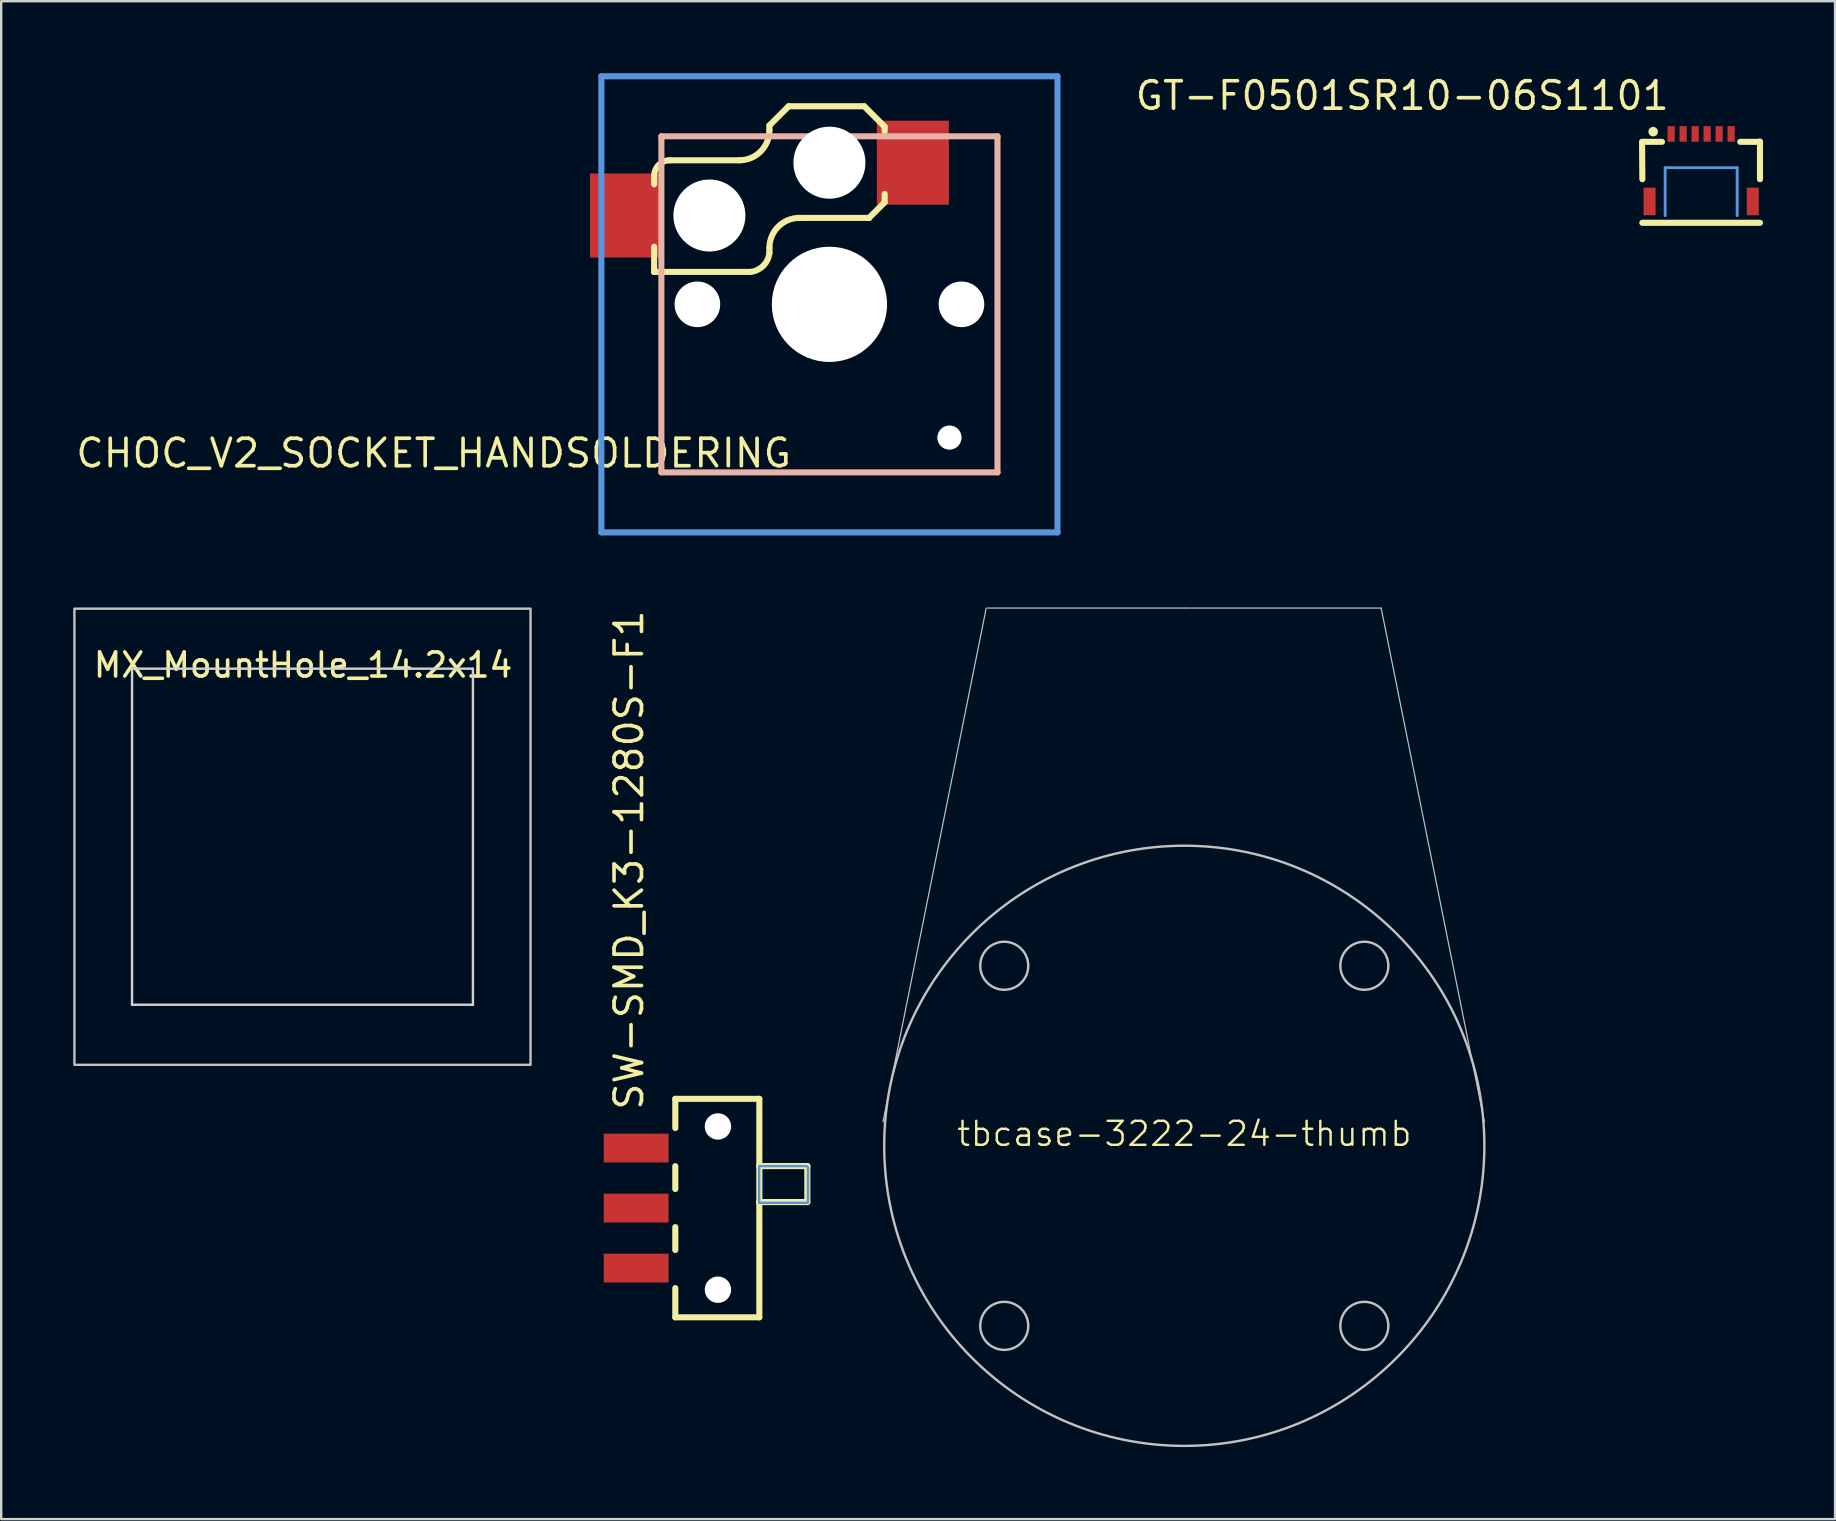
<source format=kicad_pcb>
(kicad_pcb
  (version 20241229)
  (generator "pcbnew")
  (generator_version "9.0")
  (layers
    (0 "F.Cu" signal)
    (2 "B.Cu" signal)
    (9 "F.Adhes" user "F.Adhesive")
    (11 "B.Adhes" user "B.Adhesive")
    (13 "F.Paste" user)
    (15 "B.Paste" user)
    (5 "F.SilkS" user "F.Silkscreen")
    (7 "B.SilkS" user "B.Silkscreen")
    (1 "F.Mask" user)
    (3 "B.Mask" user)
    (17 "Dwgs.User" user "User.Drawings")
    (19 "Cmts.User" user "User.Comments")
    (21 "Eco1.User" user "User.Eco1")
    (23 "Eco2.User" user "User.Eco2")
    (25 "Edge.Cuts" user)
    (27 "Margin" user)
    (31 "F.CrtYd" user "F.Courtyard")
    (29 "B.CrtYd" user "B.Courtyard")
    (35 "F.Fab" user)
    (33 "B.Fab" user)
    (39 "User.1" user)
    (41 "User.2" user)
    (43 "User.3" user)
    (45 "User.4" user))
  (footprint "SW-SMD_K3-1280S-F1"
    (layer "F.Cu")
    (at 23.45 47.273)
    (property "Reference" "SW-SMD_K3-1280S-F1" (at -0.3 -4 90) (layer "F.SilkS") (effects (font (size 1.143 1.143) (thickness 0.152)) (justify left)))
    (attr smd)
    (fp_line (start 1.63 -4.55) (end 1.63 -3.334) (stroke (width 0.254) (type solid)) (layer "F.SilkS"))
    (fp_line (start 1.63 -4.55) (end 5.13 -4.55) (stroke (width 0.254) (type solid)) (layer "F.SilkS"))
    (fp_line (start 1.63 -1.746) (end 1.63 -0.794) (stroke (width 0.254) (type solid)) (layer "F.SilkS"))
    (fp_line (start 1.63 0.794) (end 1.63 1.746) (stroke (width 0.254) (type solid)) (layer "F.SilkS"))
    (fp_line (start 1.63 3.334) (end 1.63 4.55) (stroke (width 0.254) (type solid)) (layer "F.SilkS"))
    (fp_line (start 5.13 -4.55) (end 5.13 4.55) (stroke (width 0.254) (type solid)) (layer "F.SilkS"))
    (fp_line (start 5.13 -1.75) (end 5.13 -1.739) (stroke (width 0.254) (type solid)) (layer "F.SilkS"))
    (fp_line (start 5.13 -0.25) (end 5.13 -0.229) (stroke (width 0.254) (type solid)) (layer "F.SilkS"))
    (fp_line (start 5.13 4.55) (end 1.63 4.55) (stroke (width 0.254) (type solid)) (layer "F.SilkS"))
    (fp_line (start 7.13 -1.75) (end 5.13 -1.75) (stroke (width 0.254) (type solid)) (layer "F.SilkS"))
    (fp_line (start 7.13 -1.75) (end 7.13 -0.25) (stroke (width 0.254) (type solid)) (layer "F.SilkS"))
    (fp_line (start 7.13 -0.25) (end 5.13 -0.25) (stroke (width 0.254) (type solid)) (layer "F.SilkS"))
    (fp_circle (center 3.406 -3.4) (end 3.656 -3.4) (stroke (width 0.5) (type solid)) (fill no) (layer "Cmts.User"))
    (fp_circle (center 3.406 3.4) (end 3.656 3.4) (stroke (width 0.5) (type solid)) (fill no) (layer "Cmts.User"))
    (fp_poly (pts (xy 7.155 -1.7) (xy 7.155 -0.22) (xy 5.125 -0.22) (xy 5.125 -1.75) (xy 7.1 -1.75)) (stroke (width 0.1) (type solid)) (fill no) (layer "Cmts.User"))
    (pad "" np_thru_hole circle (at 3.406 -3.4 180) (size 1.1 1.1) (drill 1.1) (layers "*.Cu" "*.Mask"))
    (pad "" np_thru_hole circle (at 3.406 3.4 180) (size 1.1 1.1) (drill 1.1) (layers "*.Cu" "*.Mask"))
    (pad "1" smd rect (at 0 -2.5 180) (size 2.7 1.2) (layers "F.Cu" "F.Mask" "F.Paste"))
    (pad "2" smd rect (at 0 0 180) (size 2.7 1.2) (layers "F.Cu" "F.Mask" "F.Paste"))
    (pad "3" smd rect (at 0 2.5 180) (size 2.7 1.2) (layers "F.Cu" "F.Mask" "F.Paste")))
  (footprint "CHOC_V2_SOCKET_HANDSOLDERING"
    (layer "F.Cu")
    (at 31.5 9.627)
    (property "Reference" "CHOC_V2_SOCKET_HANDSOLDERING" (at -1.5 6.2 0) (layer "F.SilkS") (effects (font (size 1.143 1.143) (thickness 0.152)) (justify right)))
    (attr smd)
    (fp_line (start -7.301 -2.4) (end -7.301 -1.351) (stroke (width 0.254) (type solid)) (layer "F.SilkS"))
    (fp_line (start -7.301 -1.351) (end -7.301 -1.351) (stroke (width 0.254) (type solid)) (layer "F.SilkS"))
    (fp_line (start -7.301 -1.351) (end -3.3 -1.351) (stroke (width 0.254) (type solid)) (layer "F.SilkS"))
    (fp_line (start -7.3 -5.35) (end -7.3 -5) (stroke (width 0.254) (type solid)) (layer "F.SilkS"))
    (fp_line (start -3.75 -6) (end -6.65 -6) (stroke (width 0.254) (type solid)) (layer "F.SilkS"))
    (fp_line (start -2.5 -7.45) (end -2.5 -7.25) (stroke (width 0.254) (type solid)) (layer "F.SilkS"))
    (fp_line (start -2.5 -2.15) (end -2.5 -2.35) (stroke (width 0.254) (type solid)) (layer "F.SilkS"))
    (fp_line (start -1.7 -8.25) (end -2.5 -7.45) (stroke (width 0.254) (type solid)) (layer "F.SilkS"))
    (fp_line (start -1.25 -3.6) (end 1.65 -3.6) (stroke (width 0.254) (type solid)) (layer "F.SilkS"))
    (fp_line (start 1.45 -8.25) (end -1.7 -8.25) (stroke (width 0.254) (type solid)) (layer "F.SilkS"))
    (fp_line (start 1.65 -3.6) (end 1.65 -3.6) (stroke (width 0.254) (type solid)) (layer "F.SilkS"))
    (fp_line (start 2.3 -7.4) (end 1.45 -8.25) (stroke (width 0.254) (type solid)) (layer "F.SilkS"))
    (fp_line (start 2.3 -7.2) (end 2.3 -7.4) (stroke (width 0.254) (type solid)) (layer "F.SilkS"))
    (fp_line (start 2.3 -4.25) (end 1.65 -3.6) (stroke (width 0.254) (type solid)) (layer "F.SilkS"))
    (fp_line (start 2.3 -4.25) (end 2.3 -4.6) (stroke (width 0.254) (type solid)) (layer "F.SilkS"))
    (fp_arc (start -7.3 -5.35) (mid -7.10962 -5.80962) (end -6.65 -6) (stroke (width 0.254) (type solid)) (layer "F.SilkS"))
    (fp_arc (start -2.5 -7.25) (mid -2.866117 -6.366117) (end -3.75 -6) (stroke (width 0.254) (type solid)) (layer "F.SilkS"))
    (fp_arc (start -2.5 -2.35) (mid -2.133892 -3.233877) (end -1.250022 -3.6) (stroke (width 0.254) (type solid)) (layer "F.SilkS"))
    (fp_arc (start -2.499 -2.150999) (mid -2.755936 -1.606822) (end -3.299753 -1.349123) (stroke (width 0.254) (type solid)) (layer "F.SilkS"))
    (fp_line (start -7 -7) (end 7 -7) (stroke (width 0.254) (type solid)) (layer "B.SilkS"))
    (fp_line (start -7 7) (end -7 -7) (stroke (width 0.254) (type solid)) (layer "B.SilkS"))
    (fp_line (start 7 -7) (end 7 7) (stroke (width 0.254) (type solid)) (layer "B.SilkS"))
    (fp_line (start 7 7) (end -7 7) (stroke (width 0.254) (type solid)) (layer "B.SilkS"))
    (fp_line (start -9.5 -9.5) (end 9.5 -9.5) (stroke (width 0.254) (type solid)) (layer "Cmts.User"))
    (fp_line (start -9.5 9.5) (end -9.5 -9.5) (stroke (width 0.254) (type solid)) (layer "Cmts.User"))
    (fp_line (start 9.5 -9.5) (end 9.5 9.5) (stroke (width 0.254) (type solid)) (layer "Cmts.User"))
    (fp_line (start 9.5 9.5) (end -9.5 9.5) (stroke (width 0.254) (type solid)) (layer "Cmts.User"))
    (fp_circle (center -5 -3.7) (end -4.275 -3.7) (stroke (width 1.45) (type solid)) (fill no) (layer "Cmts.User"))
    (fp_circle (center 0 -5.9) (end 0.725 -5.9) (stroke (width 1.45) (type solid)) (fill no) (layer "Cmts.User"))
    (fp_circle (center 5 5.55) (end 5.25 5.55) (stroke (width 0.5) (type solid)) (fill no) (layer "Cmts.User"))
    (pad "" np_thru_hole circle (at -5.5 0 180) (size 1.9 1.9) (drill 1.9) (layers "*.Cu" "*.Mask"))
    (pad "" np_thru_hole circle (at -5 -3.7 180) (size 3 3) (drill 3) (layers "*.Cu" "*.Mask"))
    (pad "" np_thru_hole circle (at 0 -5.9 180) (size 3 3) (drill 3) (layers "*.Cu" "*.Mask"))
    (pad "" np_thru_hole circle (at 0 0 180) (size 4.8 4.8) (drill 4.8) (layers "*.Cu" "*.Mask"))
    (pad "" np_thru_hole circle (at 5 5.55 180) (size 1 1) (drill 1) (layers "*.Cu" "*.Mask"))
    (pad "" np_thru_hole circle (at 5.5 0 180) (size 1.9 1.9) (drill 1.9) (layers "*.Cu" "*.Mask"))
    (pad "1" smd rect (at -8.475 -3.7 180) (size 3 3.5) (layers "F.Cu" "F.Mask" "F.Paste"))
    (pad "2" smd rect (at 3.475 -5.9 180) (size 3 3.5) (layers "F.Cu" "F.Mask" "F.Paste")))
  (footprint "tbcase-3222-24-thumb"
    (layer "F.Cu")
    (at 46.282 44.679)
    (property "Reference" "tbcase-3222-24-thumb" (at 0 -0.5 0) (unlocked yes) (layer "F.SilkS") (effects (font (size 1 1) (thickness 0.1))))
    (attr smd)
    (fp_line (start -8.25 -22.4) (end -12.55 -1) (stroke (width 0.05) (type default)) (layer "Dwgs.User"))
    (fp_line (start 0 -22.4) (end -8.2 -22.4) (stroke (width 0.05) (type default)) (layer "Dwgs.User"))
    (fp_line (start 0 -22.4) (end 8.2 -22.4) (stroke (width 0.05) (type default)) (layer "Dwgs.User"))
    (fp_line (start 8.2 -22.4) (end 12.5 -1) (stroke (width 0.05) (type default)) (layer "Dwgs.User"))
    (fp_circle (center -7.5 -7.5) (end -7.5 -8.5) (stroke (width 0.1) (type default)) (fill no) (layer "Dwgs.User"))
    (fp_circle (center -7.5 7.5) (end -7.5 6.5) (stroke (width 0.1) (type default)) (fill no) (layer "Dwgs.User"))
    (fp_circle (center 0 0) (end 12.5 0) (stroke (width 0.1) (type default)) (fill no) (layer "Dwgs.User"))
    (fp_circle (center 7.5 -7.5) (end 7.5 -8.5) (stroke (width 0.1) (type default)) (fill no) (layer "Dwgs.User"))
    (fp_circle (center 7.5 7.5) (end 7.5 6.5) (stroke (width 0.1) (type default)) (fill no) (layer "Dwgs.User")))
  (footprint "GT-F0501SR10-06S1101"
    (layer "F.Cu")
    (at 67.811 3.935)
    (property "Reference" "GT-F0501SR10-06S1101" (at -1.25 -3 0) (layer "F.SilkS") (effects (font (size 1.143 1.143) (thickness 0.152)) (justify right)))
    (attr smd)
    (fp_line (start -2.461 -1.074) (end -2.448 0.48) (stroke (width 0.254) (type solid)) (layer "F.SilkS"))
    (fp_line (start -2.448 -1.077) (end -1.631 -1.077) (stroke (width 0.254) (type solid)) (layer "F.SilkS"))
    (fp_line (start -2.448 2.296) (end 2.452 2.296) (stroke (width 0.254) (type solid)) (layer "F.SilkS"))
    (fp_line (start 1.631 -1.077) (end 2.452 -1.077) (stroke (width 0.254) (type solid)) (layer "F.SilkS"))
    (fp_line (start 2.452 -1.087) (end 2.452 0.48) (stroke (width 0.254) (type solid)) (layer "F.SilkS"))
    (fp_circle (center -1.998 -1.5) (end -1.898 -1.5) (stroke (width 0.2) (type solid)) (fill no) (layer "F.SilkS"))
    (fp_line (start -1.498 0) (end 1.502 0) (stroke (width 0.12) (type solid)) (layer "Cmts.User"))
    (fp_line (start -1.498 2) (end -1.498 0) (stroke (width 0.12) (type solid)) (layer "Cmts.User"))
    (fp_line (start 1.502 0) (end 1.502 2) (stroke (width 0.12) (type solid)) (layer "Cmts.User"))
    (pad "1" smd rect (at -1.25 -1.406 180) (size 0.3 0.65) (layers "F.Cu" "F.Mask" "F.Paste"))
    (pad "2" smd rect (at -0.75 -1.406 180) (size 0.3 0.65) (layers "F.Cu" "F.Mask" "F.Paste"))
    (pad "3" smd rect (at -0.25 -1.406 180) (size 0.3 0.65) (layers "F.Cu" "F.Mask" "F.Paste"))
    (pad "4" smd rect (at 0.25 -1.406 180) (size 0.3 0.65) (layers "F.Cu" "F.Mask" "F.Paste"))
    (pad "5" smd rect (at 0.75 -1.406 180) (size 0.3 0.65) (layers "F.Cu" "F.Mask" "F.Paste"))
    (pad "6" smd rect (at 1.25 -1.406 180) (size 0.3 0.65) (layers "F.Cu" "F.Mask" "F.Paste"))
    (pad "MP" smd rect (at -2.148 1.406 180) (size 0.5 1.15) (layers "F.Cu" "F.Mask" "F.Paste"))
    (pad "MP" smd rect (at 2.152 1.406 180) (size 0.5 1.15) (layers "F.Cu" "F.Mask" "F.Paste")))
  (footprint "MX_MountHole_14.2x14"
    (layer "F.Cu")
    (at 9.55 31.804)
    (property "Reference" "MX_MountHole_14.2x14" (at 0.025 -7.151 0) (layer "F.SilkS") (effects (font (size 1 1) (thickness 0.15))))
    (attr through_hole exclude_from_pos_files exclude_from_bom)
    (fp_rect (start -9.5 -9.5) (end 9.5 9.5) (stroke (width 0.1) (type default)) (fill no) (layer "Dwgs.User"))
    (fp_line (start -7.1 -7) (end 7.1 -7) (stroke (width 0.1) (type solid)) (layer "Edge.Cuts"))
    (fp_line (start -7.1 7) (end -7.1 -7) (stroke (width 0.1) (type solid)) (layer "Edge.Cuts"))
    (fp_line (start 7.1 -7) (end 7.1 7) (stroke (width 0.1) (type solid)) (layer "Edge.Cuts"))
    (fp_line (start 7.1 7) (end -7.1 7) (stroke (width 0.1) (type solid)) (layer "Edge.Cuts")))
  (gr_rect
    (start -3 -3)
    (end 73.39 60.229)
    (stroke (width 0.1) (type default))
    (fill no)
    (layer "Edge.Cuts")))
</source>
